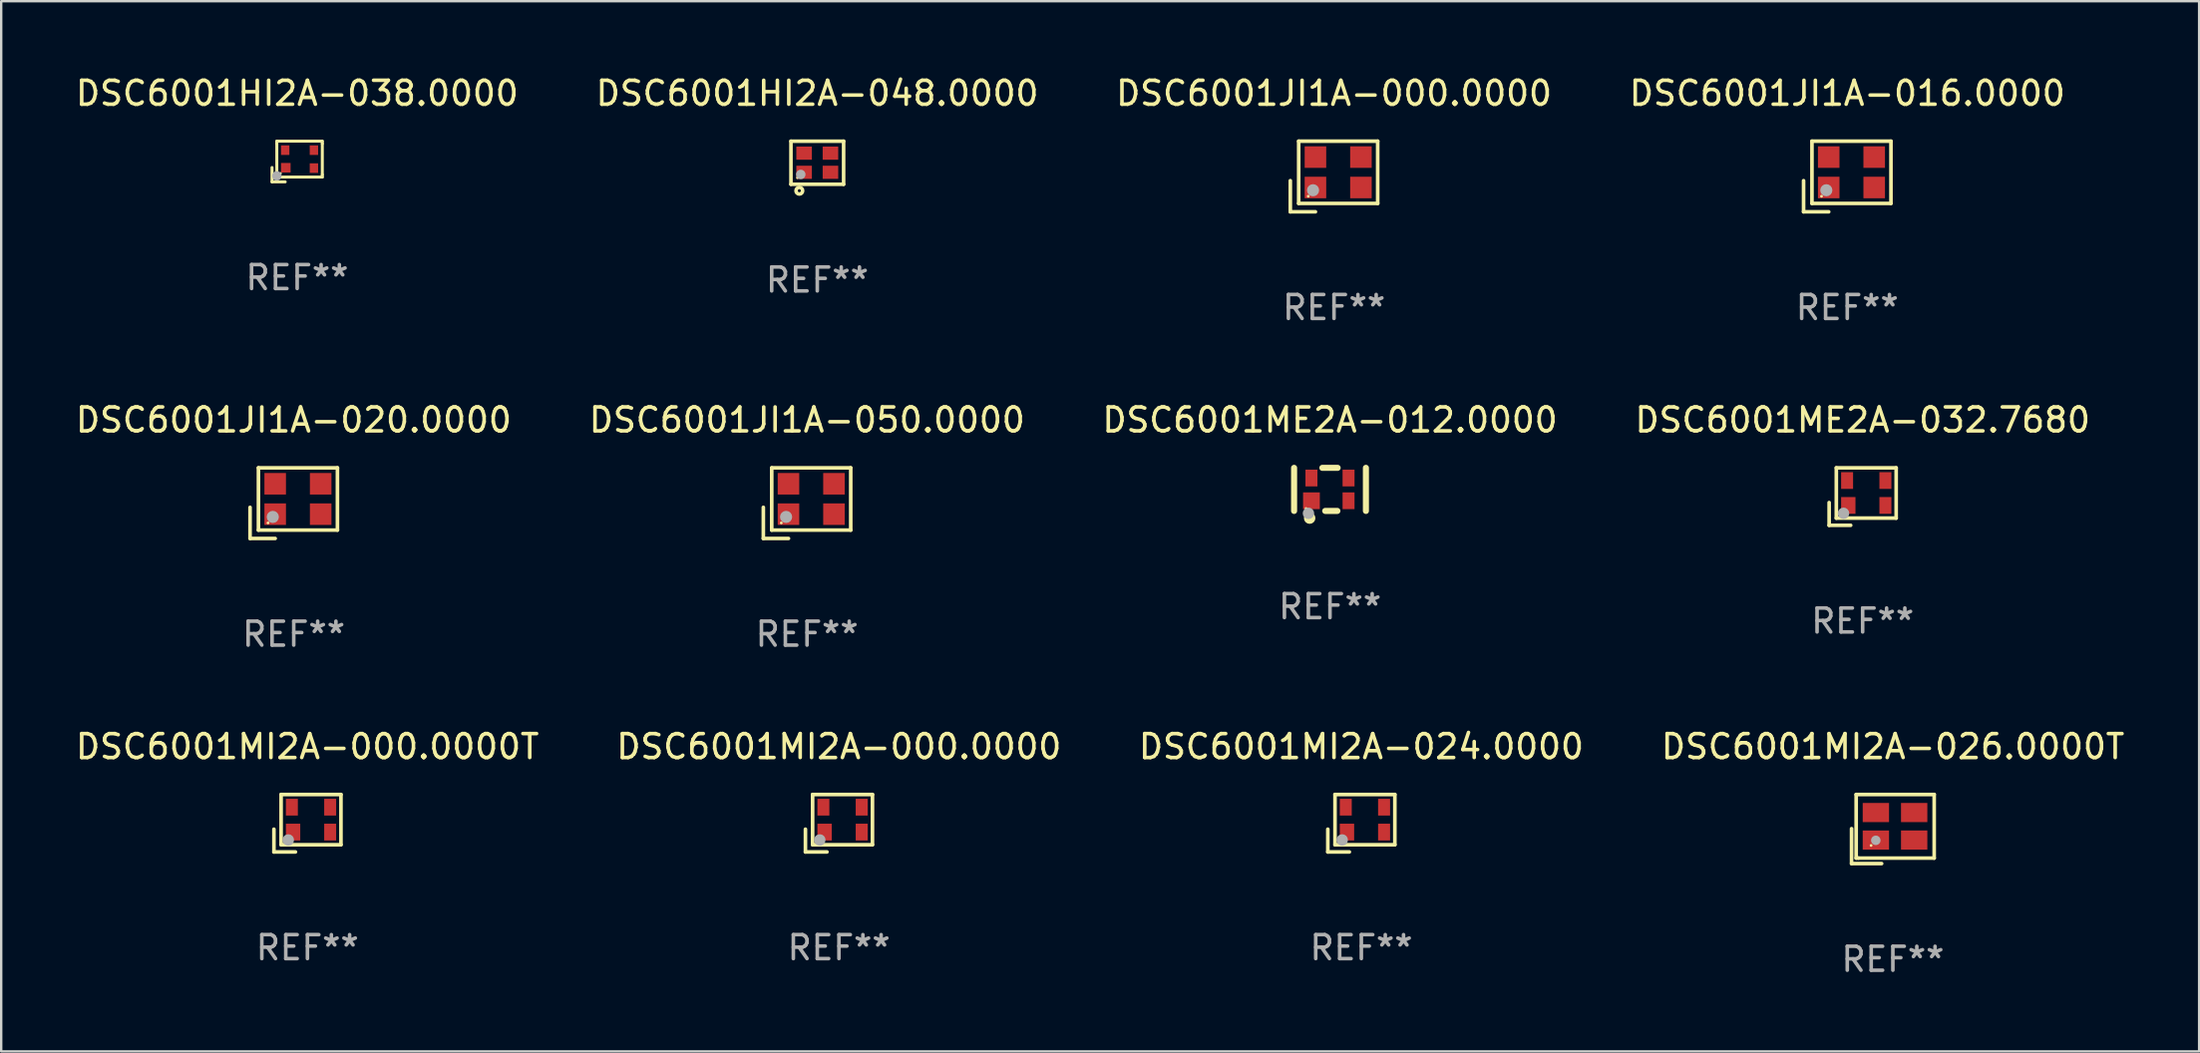
<source format=kicad_pcb>
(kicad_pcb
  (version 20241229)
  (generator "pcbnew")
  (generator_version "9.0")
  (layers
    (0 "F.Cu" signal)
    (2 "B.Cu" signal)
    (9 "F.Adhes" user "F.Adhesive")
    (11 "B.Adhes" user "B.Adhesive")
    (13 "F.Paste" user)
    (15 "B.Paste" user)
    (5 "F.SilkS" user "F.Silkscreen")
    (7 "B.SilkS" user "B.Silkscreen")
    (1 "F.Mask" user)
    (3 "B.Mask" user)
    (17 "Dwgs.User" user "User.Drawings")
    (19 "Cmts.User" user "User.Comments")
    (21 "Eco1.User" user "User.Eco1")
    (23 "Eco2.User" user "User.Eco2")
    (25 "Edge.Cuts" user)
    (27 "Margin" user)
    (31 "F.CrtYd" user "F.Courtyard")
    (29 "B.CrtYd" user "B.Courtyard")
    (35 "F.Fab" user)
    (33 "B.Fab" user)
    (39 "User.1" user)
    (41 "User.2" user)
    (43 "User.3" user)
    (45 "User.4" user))
  (footprint "DSC6001MI2A-000.0000"
    (layer "F.Cu")
    (at 31.994 31.341)
    (property "Reference" "DSC6001MI2A-000.0000" (at 0 -3.2 0) (layer "F.SilkS") (effects (font (size 1 1) (thickness 0.15))))
    (attr through_hole)
    (fp_line (start -1.4 0.25) (end -1.4 1.2) (stroke (width 0.152) (type solid)) (layer "F.SilkS"))
    (fp_line (start -1.4 1.2) (end -0.5 1.2) (stroke (width 0.152) (type solid)) (layer "F.SilkS"))
    (fp_line (start -1.1 -1.2) (end -1.1 0.9) (stroke (width 0.152) (type solid)) (layer "F.SilkS"))
    (fp_line (start -1.1 -1.2) (end 1.4 -1.2) (stroke (width 0.152) (type solid)) (layer "F.SilkS"))
    (fp_line (start -1.1 0.9) (end 1.4 0.9) (stroke (width 0.152) (type solid)) (layer "F.SilkS"))
    (fp_line (start 1.4 0.9) (end 1.4 -1.2) (stroke (width 0.152) (type solid)) (layer "F.SilkS"))
    (fp_circle (center -0.85 0.65) (end -0.82 0.65) (stroke (width 0.06) (type solid)) (fill no) (layer "F.SilkS"))
    (fp_circle (center -0.8 0.7) (end -0.68 0.7) (stroke (width 0.24) (type solid)) (fill no) (layer "F.Fab"))
    (fp_text user "REF**" (at 0 5.2 0) (layer "F.Fab") (effects (font (size 1 1) (thickness 0.15))))
    (pad "1" smd rect (at -0.6 0.37) (size 0.6 0.7) (layers "F.Cu" "F.Mask" "F.Paste"))
    (pad "2" smd rect (at 0.95 0.37) (size 0.5 0.7) (layers "F.Cu" "F.Mask" "F.Paste"))
    (pad "3" smd rect (at 0.95 -0.67) (size 0.5 0.7) (layers "F.Cu" "F.Mask" "F.Paste"))
    (pad "4" smd rect (at -0.65 -0.67) (size 0.5 0.7) (layers "F.Cu" "F.Mask" "F.Paste")))
  (footprint "DSC6001MI2A-000.0000T"
    (layer "F.Cu")
    (at 9.792 31.341)
    (property "Reference" "DSC6001MI2A-000.0000T" (at 0 -3.2 0) (layer "F.SilkS") (effects (font (size 1 1) (thickness 0.15))))
    (attr through_hole)
    (fp_line (start -1.4 0.25) (end -1.4 1.2) (stroke (width 0.152) (type solid)) (layer "F.SilkS"))
    (fp_line (start -1.4 1.2) (end -0.5 1.2) (stroke (width 0.152) (type solid)) (layer "F.SilkS"))
    (fp_line (start -1.1 -1.2) (end -1.1 0.9) (stroke (width 0.152) (type solid)) (layer "F.SilkS"))
    (fp_line (start -1.1 -1.2) (end 1.4 -1.2) (stroke (width 0.152) (type solid)) (layer "F.SilkS"))
    (fp_line (start -1.1 0.9) (end 1.4 0.9) (stroke (width 0.152) (type solid)) (layer "F.SilkS"))
    (fp_line (start 1.4 0.9) (end 1.4 -1.2) (stroke (width 0.152) (type solid)) (layer "F.SilkS"))
    (fp_circle (center -0.85 0.65) (end -0.82 0.65) (stroke (width 0.06) (type solid)) (fill no) (layer "F.SilkS"))
    (fp_circle (center -0.8 0.7) (end -0.68 0.7) (stroke (width 0.24) (type solid)) (fill no) (layer "F.Fab"))
    (fp_text user "REF**" (at 0 5.2 0) (layer "F.Fab") (effects (font (size 1 1) (thickness 0.15))))
    (pad "1" smd rect (at -0.6 0.37) (size 0.6 0.7) (layers "F.Cu" "F.Mask" "F.Paste"))
    (pad "2" smd rect (at 0.95 0.37) (size 0.5 0.7) (layers "F.Cu" "F.Mask" "F.Paste"))
    (pad "3" smd rect (at 0.95 -0.67) (size 0.5 0.7) (layers "F.Cu" "F.Mask" "F.Paste"))
    (pad "4" smd rect (at -0.65 -0.67) (size 0.5 0.7) (layers "F.Cu" "F.Mask" "F.Paste")))
  (footprint "DSC6001MI2A-024.0000"
    (layer "F.Cu")
    (at 53.815 31.341)
    (property "Reference" "DSC6001MI2A-024.0000" (at 0 -3.2 0) (layer "F.SilkS") (effects (font (size 1 1) (thickness 0.15))))
    (attr through_hole)
    (fp_line (start -1.4 0.25) (end -1.4 1.2) (stroke (width 0.152) (type solid)) (layer "F.SilkS"))
    (fp_line (start -1.4 1.2) (end -0.5 1.2) (stroke (width 0.152) (type solid)) (layer "F.SilkS"))
    (fp_line (start -1.1 -1.2) (end -1.1 0.9) (stroke (width 0.152) (type solid)) (layer "F.SilkS"))
    (fp_line (start -1.1 -1.2) (end 1.4 -1.2) (stroke (width 0.152) (type solid)) (layer "F.SilkS"))
    (fp_line (start -1.1 0.9) (end 1.4 0.9) (stroke (width 0.152) (type solid)) (layer "F.SilkS"))
    (fp_line (start 1.4 0.9) (end 1.4 -1.2) (stroke (width 0.152) (type solid)) (layer "F.SilkS"))
    (fp_circle (center -0.85 0.65) (end -0.82 0.65) (stroke (width 0.06) (type solid)) (fill no) (layer "F.SilkS"))
    (fp_circle (center -0.8 0.7) (end -0.68 0.7) (stroke (width 0.24) (type solid)) (fill no) (layer "F.Fab"))
    (fp_text user "REF**" (at 0 5.2 0) (layer "F.Fab") (effects (font (size 1 1) (thickness 0.15))))
    (pad "1" smd rect (at -0.6 0.37) (size 0.6 0.7) (layers "F.Cu" "F.Mask" "F.Paste"))
    (pad "2" smd rect (at 0.95 0.37) (size 0.5 0.7) (layers "F.Cu" "F.Mask" "F.Paste"))
    (pad "3" smd rect (at 0.95 -0.67) (size 0.5 0.7) (layers "F.Cu" "F.Mask" "F.Paste"))
    (pad "4" smd rect (at -0.65 -0.67) (size 0.5 0.7) (layers "F.Cu" "F.Mask" "F.Paste")))
  (footprint "DSC6001JI1A-016.0000"
    (layer "F.Cu")
    (at 74.113 4.323)
    (property "Reference" "DSC6001JI1A-016.0000" (at 0 -3.475 0) (layer "F.SilkS") (effects (font (size 1 1) (thickness 0.15))))
    (attr through_hole)
    (fp_line (start -1.825 0.175) (end -1.825 1.475) (stroke (width 0.152) (type solid)) (layer "F.SilkS"))
    (fp_line (start -1.825 1.475) (end -0.775 1.475) (stroke (width 0.152) (type solid)) (layer "F.SilkS"))
    (fp_line (start -1.475 -1.475) (end -1.475 1.125) (stroke (width 0.152) (type solid)) (layer "F.SilkS"))
    (fp_line (start -1.475 1.125) (end 1.825 1.125) (stroke (width 0.152) (type solid)) (layer "F.SilkS"))
    (fp_line (start 1.825 -1.475) (end -1.475 -1.475) (stroke (width 0.152) (type solid)) (layer "F.SilkS"))
    (fp_line (start 1.825 1.125) (end 1.825 -1.475) (stroke (width 0.152) (type solid)) (layer "F.SilkS"))
    (fp_circle (center -1.075 0.825) (end -1.045 0.825) (stroke (width 0.06) (type solid)) (fill no) (layer "F.SilkS"))
    (fp_circle (center -0.875 0.575) (end -0.748 0.575) (stroke (width 0.254) (type solid)) (fill no) (layer "F.Fab"))
    (fp_text user "REF**" (at 0 5.475 0) (layer "F.Fab") (effects (font (size 1 1) (thickness 0.15))))
    (pad "1" smd rect (at -0.775 0.46) (size 0.9 0.9) (layers "F.Cu" "F.Mask" "F.Paste"))
    (pad "2" smd rect (at 1.125 0.46) (size 0.9 0.9) (layers "F.Cu" "F.Mask" "F.Paste"))
    (pad "3" smd rect (at 1.125 -0.81) (size 0.9 0.9) (layers "F.Cu" "F.Mask" "F.Paste"))
    (pad "4" smd rect (at -0.775 -0.81) (size 0.9 0.9) (layers "F.Cu" "F.Mask" "F.Paste")))
  (footprint "DSC6001JI1A-050.0000"
    (layer "F.Cu")
    (at 30.661 17.97)
    (property "Reference" "DSC6001JI1A-050.0000" (at 0 -3.475 0) (layer "F.SilkS") (effects (font (size 1 1) (thickness 0.15))))
    (attr through_hole)
    (fp_line (start -1.825 0.175) (end -1.825 1.475) (stroke (width 0.152) (type solid)) (layer "F.SilkS"))
    (fp_line (start -1.825 1.475) (end -0.775 1.475) (stroke (width 0.152) (type solid)) (layer "F.SilkS"))
    (fp_line (start -1.475 -1.475) (end -1.475 1.125) (stroke (width 0.152) (type solid)) (layer "F.SilkS"))
    (fp_line (start -1.475 1.125) (end 1.825 1.125) (stroke (width 0.152) (type solid)) (layer "F.SilkS"))
    (fp_line (start 1.825 -1.475) (end -1.475 -1.475) (stroke (width 0.152) (type solid)) (layer "F.SilkS"))
    (fp_line (start 1.825 1.125) (end 1.825 -1.475) (stroke (width 0.152) (type solid)) (layer "F.SilkS"))
    (fp_circle (center -1.075 0.825) (end -1.045 0.825) (stroke (width 0.06) (type solid)) (fill no) (layer "F.SilkS"))
    (fp_circle (center -0.875 0.575) (end -0.748 0.575) (stroke (width 0.254) (type solid)) (fill no) (layer "F.Fab"))
    (fp_text user "REF**" (at 0 5.475 0) (layer "F.Fab") (effects (font (size 1 1) (thickness 0.15))))
    (pad "1" smd rect (at -0.775 0.46) (size 0.9 0.9) (layers "F.Cu" "F.Mask" "F.Paste"))
    (pad "2" smd rect (at 1.125 0.46) (size 0.9 0.9) (layers "F.Cu" "F.Mask" "F.Paste"))
    (pad "3" smd rect (at 1.125 -0.81) (size 0.9 0.9) (layers "F.Cu" "F.Mask" "F.Paste"))
    (pad "4" smd rect (at -0.775 -0.81) (size 0.9 0.9) (layers "F.Cu" "F.Mask" "F.Paste")))
  (footprint "DSC6001HI2A-048.0000"
    (layer "F.Cu")
    (at 31.089 3.748)
    (property "Reference" "DSC6001HI2A-048.0000" (at 0 -2.9 0) (layer "F.SilkS") (effects (font (size 1 1) (thickness 0.15))))
    (attr through_hole)
    (fp_line (start -1.1 -0.9) (end -1.1 0.9) (stroke (width 0.15) (type solid)) (layer "F.SilkS"))
    (fp_line (start -1.1 -0.9) (end 1.1 -0.9) (stroke (width 0.15) (type solid)) (layer "F.SilkS"))
    (fp_line (start -1.1 0.9) (end 1.1 0.9) (stroke (width 0.15) (type solid)) (layer "F.SilkS"))
    (fp_line (start 1.1 -0.9) (end 1.1 0.9) (stroke (width 0.15) (type solid)) (layer "F.SilkS"))
    (fp_circle (center -0.825 0.625) (end -0.795 0.625) (stroke (width 0.06) (type solid)) (fill no) (layer "F.SilkS"))
    (fp_circle (center -0.75 1.17) (end -0.686 1.17) (stroke (width 0.15) (type solid)) (fill no) (layer "F.SilkS"))
    (fp_circle (center -0.69 0.49) (end -0.59 0.49) (stroke (width 0.2) (type solid)) (fill no) (layer "F.Fab"))
    (fp_text user "REF**" (at 0 4.9 0) (layer "F.Fab") (effects (font (size 1 1) (thickness 0.15))))
    (pad "1" smd rect (at -0.55 0.4) (size 0.65 0.55) (layers "F.Cu" "F.Mask" "F.Paste"))
    (pad "2" smd rect (at 0.55 0.4) (size 0.65 0.55) (layers "F.Cu" "F.Mask" "F.Paste"))
    (pad "3" smd rect (at 0.55 -0.4) (size 0.65 0.55) (layers "F.Cu" "F.Mask" "F.Paste"))
    (pad "4" smd rect (at -0.55 -0.4) (size 0.65 0.55) (layers "F.Cu" "F.Mask" "F.Paste")))
  (footprint "DSC6001JI1A-020.0000"
    (layer "F.Cu")
    (at 9.22 17.97)
    (property "Reference" "DSC6001JI1A-020.0000" (at 0 -3.475 0) (layer "F.SilkS") (effects (font (size 1 1) (thickness 0.15))))
    (attr through_hole)
    (fp_line (start -1.825 0.175) (end -1.825 1.475) (stroke (width 0.152) (type solid)) (layer "F.SilkS"))
    (fp_line (start -1.825 1.475) (end -0.775 1.475) (stroke (width 0.152) (type solid)) (layer "F.SilkS"))
    (fp_line (start -1.475 -1.475) (end -1.475 1.125) (stroke (width 0.152) (type solid)) (layer "F.SilkS"))
    (fp_line (start -1.475 1.125) (end 1.825 1.125) (stroke (width 0.152) (type solid)) (layer "F.SilkS"))
    (fp_line (start 1.825 -1.475) (end -1.475 -1.475) (stroke (width 0.152) (type solid)) (layer "F.SilkS"))
    (fp_line (start 1.825 1.125) (end 1.825 -1.475) (stroke (width 0.152) (type solid)) (layer "F.SilkS"))
    (fp_circle (center -1.075 0.825) (end -1.045 0.825) (stroke (width 0.06) (type solid)) (fill no) (layer "F.SilkS"))
    (fp_circle (center -0.875 0.575) (end -0.748 0.575) (stroke (width 0.254) (type solid)) (fill no) (layer "F.Fab"))
    (fp_text user "REF**" (at 0 5.475 0) (layer "F.Fab") (effects (font (size 1 1) (thickness 0.15))))
    (pad "1" smd rect (at -0.775 0.46) (size 0.9 0.9) (layers "F.Cu" "F.Mask" "F.Paste"))
    (pad "2" smd rect (at 1.125 0.46) (size 0.9 0.9) (layers "F.Cu" "F.Mask" "F.Paste"))
    (pad "3" smd rect (at 1.125 -0.81) (size 0.9 0.9) (layers "F.Cu" "F.Mask" "F.Paste"))
    (pad "4" smd rect (at -0.775 -0.81) (size 0.9 0.9) (layers "F.Cu" "F.Mask" "F.Paste")))
  (footprint "DSC6001ME2A-012.0000"
    (layer "F.Cu")
    (at 52.506 17.395)
    (property "Reference" "DSC6001ME2A-012.0000" (at 0 -2.9 0) (layer "F.SilkS") (effects (font (size 1 1) (thickness 0.15))))
    (attr through_hole)
    (fp_line (start -1.5 -0.9) (end -1.5 0.9) (stroke (width 0.254) (type solid)) (layer "F.SilkS"))
    (fp_line (start -0.319 -0.9) (end 0.319 -0.9) (stroke (width 0.254) (type solid)) (layer "F.SilkS"))
    (fp_line (start -0.2 0.9) (end 0.308 0.9) (stroke (width 0.254) (type solid)) (layer "F.SilkS"))
    (fp_line (start 1.5 -0.9) (end 1.5 0.9) (stroke (width 0.254) (type solid)) (layer "F.SilkS"))
    (fp_circle (center -1 0.8) (end -0.97 0.8) (stroke (width 0.06) (type solid)) (fill no) (layer "F.SilkS"))
    (fp_circle (center -0.85 1.2) (end -0.73 1.2) (stroke (width 0.24) (type solid)) (fill no) (layer "F.SilkS"))
    (fp_circle (center -0.9 1) (end -0.78 1) (stroke (width 0.24) (type solid)) (fill no) (layer "F.Fab"))
    (fp_text user "REF**" (at 0 4.9 0) (layer "F.Fab") (effects (font (size 1 1) (thickness 0.15))))
    (pad "1" smd rect (at -0.775 0.475 90) (size 0.7 0.7) (layers "F.Cu" "F.Mask" "F.Paste"))
    (pad "2" smd rect (at 0.775 0.475) (size 0.5 0.7) (layers "F.Cu" "F.Mask" "F.Paste"))
    (pad "3" smd rect (at 0.775 -0.475) (size 0.5 0.7) (layers "F.Cu" "F.Mask" "F.Paste"))
    (pad "4" smd rect (at -0.775 -0.475) (size 0.5 0.7) (layers "F.Cu" "F.Mask" "F.Paste")))
  (footprint "DSC6001HI2A-038.0000"
    (layer "F.Cu")
    (at 9.363 3.698)
    (property "Reference" "DSC6001HI2A-038.0000" (at 0 -2.85 0) (layer "F.SilkS") (effects (font (size 1 1) (thickness 0.15))))
    (attr through_hole)
    (fp_line (start -1.05 0.25) (end -1.05 0.85) (stroke (width 0.125) (type solid)) (layer "F.SilkS"))
    (fp_line (start -1.05 0.85) (end -0.5 0.85) (stroke (width 0.125) (type solid)) (layer "F.SilkS"))
    (fp_line (start -0.85 -0.85) (end 1.05 -0.85) (stroke (width 0.125) (type solid)) (layer "F.SilkS"))
    (fp_line (start -0.85 -0.75) (end -0.85 -0.85) (stroke (width 0.125) (type solid)) (layer "F.SilkS"))
    (fp_line (start -0.85 -0.75) (end -0.85 0.6) (stroke (width 0.125) (type solid)) (layer "F.SilkS"))
    (fp_line (start -0.85 0.6) (end -0.85 0.65) (stroke (width 0.125) (type solid)) (layer "F.SilkS"))
    (fp_line (start 1.05 -0.85) (end 1.05 -0.75) (stroke (width 0.125) (type solid)) (layer "F.SilkS"))
    (fp_line (start 1.05 -0.75) (end 1.05 0.55) (stroke (width 0.125) (type solid)) (layer "F.SilkS"))
    (fp_line (start 1.05 0.55) (end 1.05 0.65) (stroke (width 0.125) (type solid)) (layer "F.SilkS"))
    (fp_line (start 1.05 0.65) (end -0.85 0.65) (stroke (width 0.125) (type solid)) (layer "F.SilkS"))
    (fp_circle (center -0.7 0.5) (end -0.67 0.5) (stroke (width 0.06) (type solid)) (fill no) (layer "F.SilkS"))
    (fp_circle (center -0.85 0.6) (end -0.75 0.6) (stroke (width 0.2) (type solid)) (fill no) (layer "F.Fab"))
    (fp_text user "REF**" (at 0 4.85 0) (layer "F.Fab") (effects (font (size 1 1) (thickness 0.15))))
    (pad "1" smd rect (at -0.475 0.26) (size 0.4 0.4) (layers "F.Cu" "F.Mask" "F.Paste"))
    (pad "2" smd rect (at 0.7 0.275) (size 0.35 0.4) (layers "F.Cu" "F.Mask" "F.Paste"))
    (pad "3" smd rect (at 0.7 -0.475 180) (size 0.35 0.4) (layers "F.Cu" "F.Mask" "F.Paste"))
    (pad "4" smd rect (at -0.5 -0.475) (size 0.35 0.4) (layers "F.Cu" "F.Mask" "F.Paste")))
  (footprint "DSC6001JI1A-000.0000"
    (layer "F.Cu")
    (at 52.673 4.323)
    (property "Reference" "DSC6001JI1A-000.0000" (at 0 -3.475 0) (layer "F.SilkS") (effects (font (size 1 1) (thickness 0.15))))
    (attr through_hole)
    (fp_line (start -1.825 0.175) (end -1.825 1.475) (stroke (width 0.152) (type solid)) (layer "F.SilkS"))
    (fp_line (start -1.825 1.475) (end -0.775 1.475) (stroke (width 0.152) (type solid)) (layer "F.SilkS"))
    (fp_line (start -1.475 -1.475) (end -1.475 1.125) (stroke (width 0.152) (type solid)) (layer "F.SilkS"))
    (fp_line (start -1.475 1.125) (end 1.825 1.125) (stroke (width 0.152) (type solid)) (layer "F.SilkS"))
    (fp_line (start 1.825 -1.475) (end -1.475 -1.475) (stroke (width 0.152) (type solid)) (layer "F.SilkS"))
    (fp_line (start 1.825 1.125) (end 1.825 -1.475) (stroke (width 0.152) (type solid)) (layer "F.SilkS"))
    (fp_circle (center -1.075 0.825) (end -1.045 0.825) (stroke (width 0.06) (type solid)) (fill no) (layer "F.SilkS"))
    (fp_circle (center -0.875 0.575) (end -0.748 0.575) (stroke (width 0.254) (type solid)) (fill no) (layer "F.Fab"))
    (fp_text user "REF**" (at 0 5.475 0) (layer "F.Fab") (effects (font (size 1 1) (thickness 0.15))))
    (pad "1" smd rect (at -0.775 0.46) (size 0.9 0.9) (layers "F.Cu" "F.Mask" "F.Paste"))
    (pad "2" smd rect (at 1.125 0.46) (size 0.9 0.9) (layers "F.Cu" "F.Mask" "F.Paste"))
    (pad "3" smd rect (at 1.125 -0.81) (size 0.9 0.9) (layers "F.Cu" "F.Mask" "F.Paste"))
    (pad "4" smd rect (at -0.775 -0.81) (size 0.9 0.9) (layers "F.Cu" "F.Mask" "F.Paste")))
  (footprint "DSC6001ME2A-032.7680"
    (layer "F.Cu")
    (at 74.756 17.695)
    (property "Reference" "DSC6001ME2A-032.7680" (at 0 -3.2 0) (layer "F.SilkS") (effects (font (size 1 1) (thickness 0.15))))
    (attr through_hole)
    (fp_line (start -1.4 0.25) (end -1.4 1.2) (stroke (width 0.152) (type solid)) (layer "F.SilkS"))
    (fp_line (start -1.4 1.2) (end -0.5 1.2) (stroke (width 0.152) (type solid)) (layer "F.SilkS"))
    (fp_line (start -1.1 -1.2) (end -1.1 0.9) (stroke (width 0.152) (type solid)) (layer "F.SilkS"))
    (fp_line (start -1.1 -1.2) (end 1.4 -1.2) (stroke (width 0.152) (type solid)) (layer "F.SilkS"))
    (fp_line (start -1.1 0.9) (end 1.4 0.9) (stroke (width 0.152) (type solid)) (layer "F.SilkS"))
    (fp_line (start 1.4 0.9) (end 1.4 -1.2) (stroke (width 0.152) (type solid)) (layer "F.SilkS"))
    (fp_circle (center -0.85 0.65) (end -0.82 0.65) (stroke (width 0.06) (type solid)) (fill no) (layer "F.SilkS"))
    (fp_circle (center -0.8 0.7) (end -0.68 0.7) (stroke (width 0.24) (type solid)) (fill no) (layer "F.Fab"))
    (fp_text user "REF**" (at 0 5.2 0) (layer "F.Fab") (effects (font (size 1 1) (thickness 0.15))))
    (pad "1" smd rect (at -0.6 0.37) (size 0.6 0.7) (layers "F.Cu" "F.Mask" "F.Paste"))
    (pad "2" smd rect (at 0.95 0.37) (size 0.5 0.7) (layers "F.Cu" "F.Mask" "F.Paste"))
    (pad "3" smd rect (at 0.95 -0.67) (size 0.5 0.7) (layers "F.Cu" "F.Mask" "F.Paste"))
    (pad "4" smd rect (at -0.65 -0.67) (size 0.5 0.7) (layers "F.Cu" "F.Mask" "F.Paste")))
  (footprint "DSC6001MI2A-026.0000T"
    (layer "F.Cu")
    (at 76.018 31.584)
    (property "Reference" "DSC6001MI2A-026.0000T" (at 0 -3.443 0) (layer "F.SilkS") (effects (font (size 1 1) (thickness 0.15))))
    (attr through_hole)
    (fp_line (start -1.726 -0.015) (end -1.726 1.443) (stroke (width 0.152) (type solid)) (layer "F.SilkS"))
    (fp_line (start -1.726 1.443) (end -0.469 1.443) (stroke (width 0.152) (type solid)) (layer "F.SilkS"))
    (fp_line (start -1.533 -1.443) (end 1.726 -1.443) (stroke (width 0.152) (type solid)) (layer "F.SilkS"))
    (fp_line (start -1.533 1.214) (end -1.533 -1.443) (stroke (width 0.152) (type solid)) (layer "F.SilkS"))
    (fp_line (start -1.439 1.214) (end -1.533 1.214) (stroke (width 0.152) (type solid)) (layer "F.SilkS"))
    (fp_line (start 1.726 -1.443) (end 1.726 1.214) (stroke (width 0.152) (type solid)) (layer "F.SilkS"))
    (fp_line (start 1.726 1.214) (end -1.439 1.214) (stroke (width 0.152) (type solid)) (layer "F.SilkS"))
    (fp_circle (center -0.91 0.686) (end -0.88 0.686) (stroke (width 0.06) (type solid)) (fill no) (layer "F.SilkS"))
    (fp_circle (center -0.713 0.472) (end -0.613 0.472) (stroke (width 0.2) (type solid)) (fill no) (layer "F.Fab"))
    (fp_text user "REF**" (at 0 5.443 0) (layer "F.Fab") (effects (font (size 1 1) (thickness 0.15))))
    (pad "1" smd rect (at -0.71 0.461) (size 1.1 0.8) (layers "F.Cu" "F.Mask" "F.Paste"))
    (pad "2" smd rect (at 0.89 0.46) (size 1.1 0.8) (layers "F.Cu" "F.Mask" "F.Paste"))
    (pad "3" smd rect (at 0.89 -0.689) (size 1.1 0.8) (layers "F.Cu" "F.Mask" "F.Paste"))
    (pad "4" smd rect (at -0.71 -0.689) (size 1.1 0.8) (layers "F.Cu" "F.Mask" "F.Paste")))
  (gr_rect
    (start -3 -3)
    (end 88.81 40.875)
    (stroke (width 0.1) (type default))
    (fill no)
    (layer "Edge.Cuts")))
</source>
